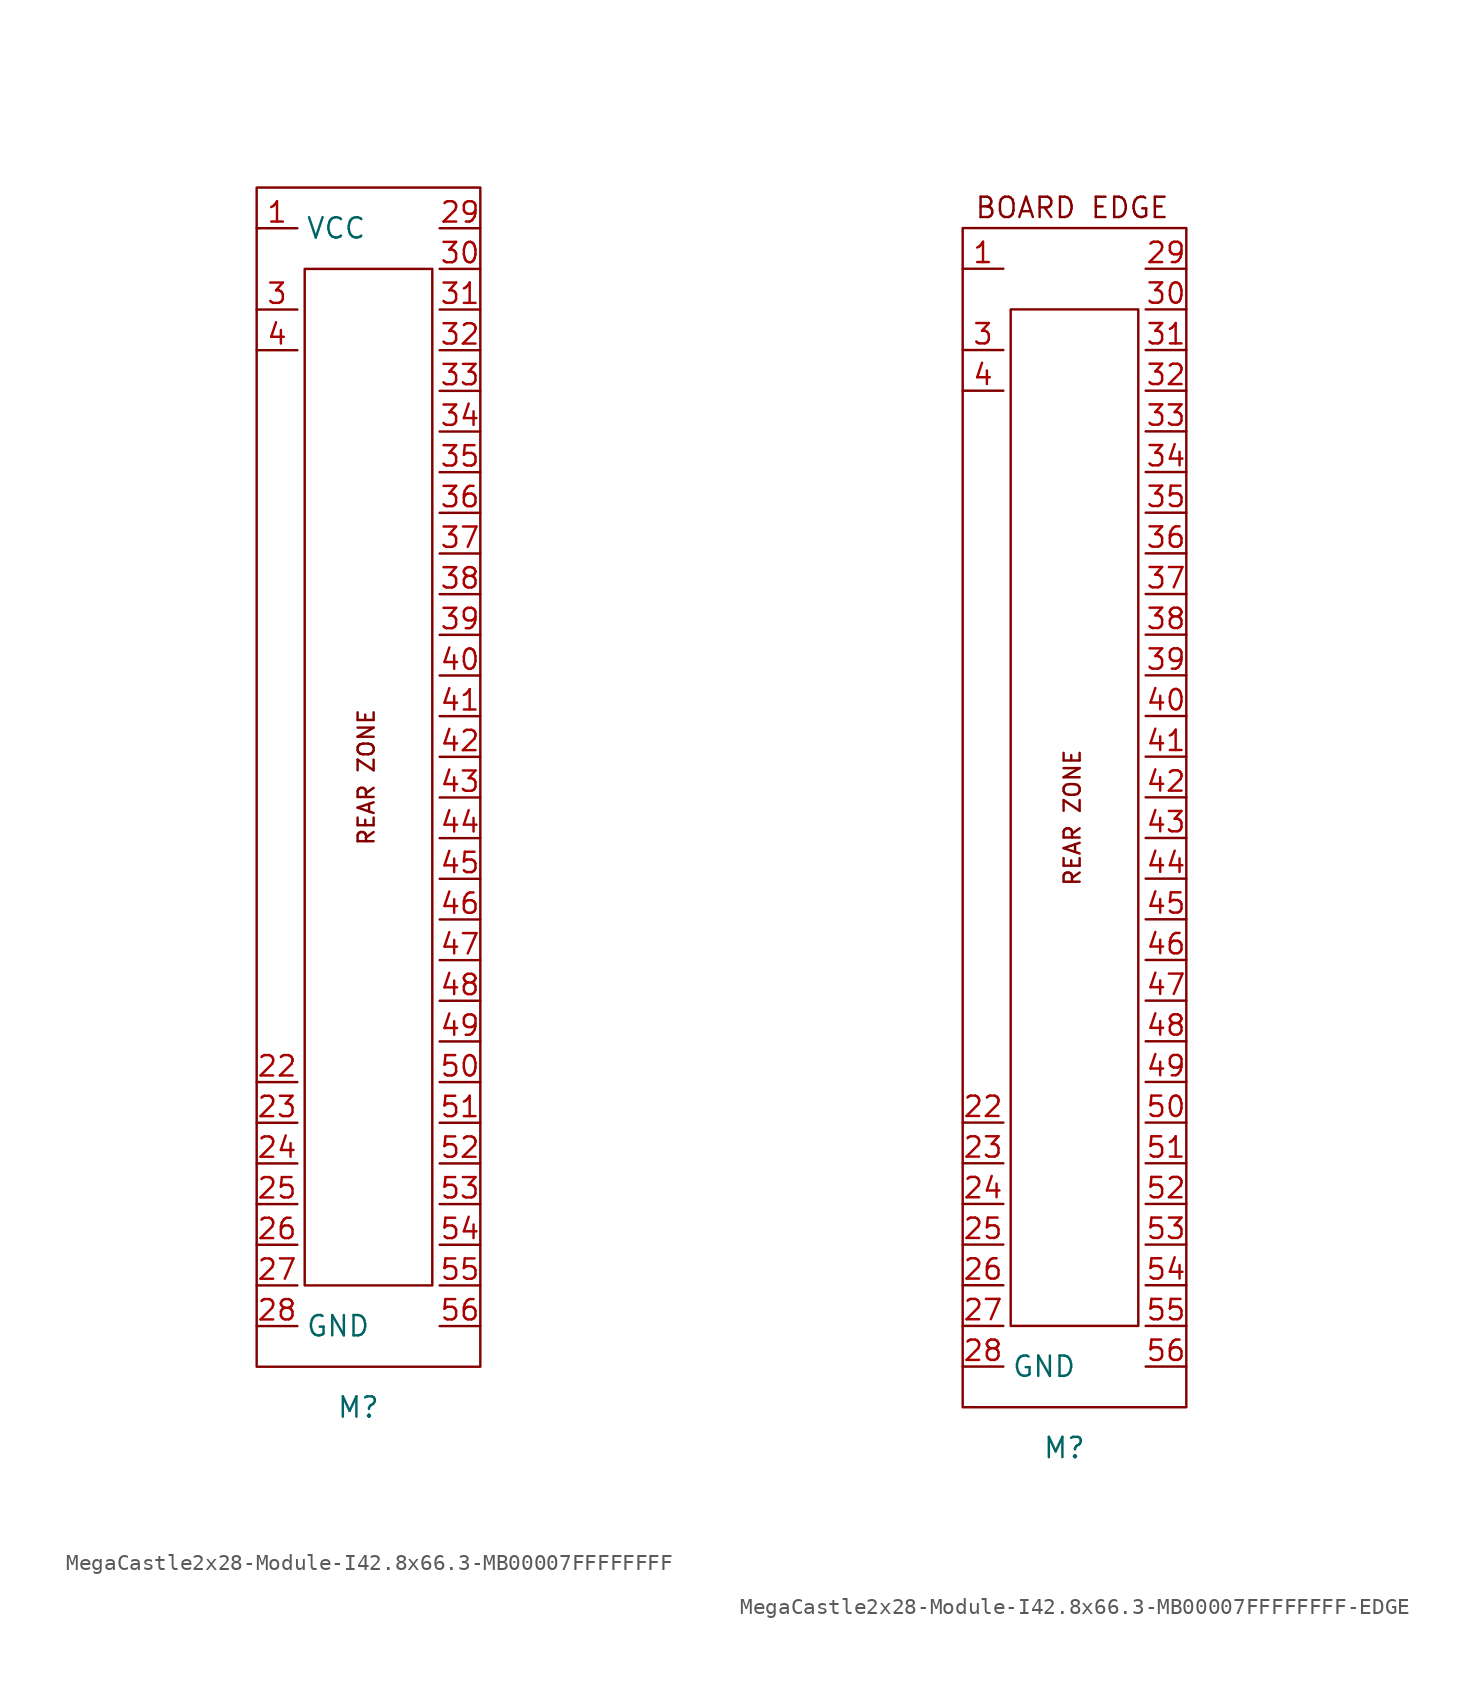
<source format=kicad_sym>
(kicad_symbol_lib
  (version 20241209)
  (generator "kicad_symbol_editor")
  (generator_version "9.0")
  (symbol "MegaCastle2x28-Module-I42.8x66.3-MB00007FFFFFFFF"
    (property "Reference" "M"
      (at 0 -39.37 0)
      (effects (font (size 1.27 1.27))))
    (property "Value" ""
      (at 0 5.08 0)
      (effects (font (size 1.27 1.27))))
    (symbol "MegaCastle2x28-Module-I42.8x66.3-MB00007FFFFFFFF_0_1"
      (rectangle (start -6.35 36.83) (end 7.62 -36.83) (stroke (width 0) (type default)) (fill (type none)))
      (rectangle (start -3.35 31.75) (end 4.62 -31.75) (stroke (width 0) (type default)) (fill (type none))))
    (symbol "MegaCastle2x28-Module-I42.8x66.3-MB00007FFFFFFFF_1_1"
      (text "REAR ZONE" (at 0.5 0 900) (effects (font (size 1 1))))
      (pin bidirectional line (at -6.35 34.29 0) (length 2.54) (name "VCC" (effects (font (size 1.27 1.27)))) (number "1" (effects (font (size 1.27 1.27)))))
      (pin bidirectional line (at -6.35 29.21 0) (length 2.54) (name "" (effects (font (size 1.27 1.27)))) (number "3" (effects (font (size 1.27 1.27)))))
      (pin bidirectional line (at -6.35 26.67 0) (length 2.54) (name "" (effects (font (size 1.27 1.27)))) (number "4" (effects (font (size 1.27 1.27)))))
      (pin bidirectional line (at -6.35 -19.05 0) (length 2.54) (name "" (effects (font (size 1.27 1.27)))) (number "22" (effects (font (size 1.27 1.27)))))
      (pin bidirectional line (at -6.35 -21.59 0) (length 2.54) (name "" (effects (font (size 1.27 1.27)))) (number "23" (effects (font (size 1.27 1.27)))))
      (pin bidirectional line (at -6.35 -24.13 0) (length 2.54) (name "" (effects (font (size 1.27 1.27)))) (number "24" (effects (font (size 1.27 1.27)))))
      (pin bidirectional line (at -6.35 -26.67 0) (length 2.54) (name "" (effects (font (size 1.27 1.27)))) (number "25" (effects (font (size 1.27 1.27)))))
      (pin bidirectional line (at -6.35 -29.21 0) (length 2.54) (name "" (effects (font (size 1.27 1.27)))) (number "26" (effects (font (size 1.27 1.27)))))
      (pin bidirectional line (at -6.35 -31.75 0) (length 2.54) (name "" (effects (font (size 1.27 1.27)))) (number "27" (effects (font (size 1.27 1.27)))))
      (pin bidirectional line (at -6.35 -34.29 0) (length 2.54) (name "GND" (effects (font (size 1.27 1.27)))) (number "28" (effects (font (size 1.27 1.27)))))
      (pin bidirectional line (at 7.62 34.29 180) (length 2.54) (name "" (effects (font (size 1.27 1.27)))) (number "29" (effects (font (size 1.27 1.27)))))
      (pin bidirectional line (at 7.62 31.75 180) (length 2.54) (name "" (effects (font (size 1.27 1.27)))) (number "30" (effects (font (size 1.27 1.27)))))
      (pin bidirectional line (at 7.62 29.21 180) (length 2.54) (name "" (effects (font (size 1.27 1.27)))) (number "31" (effects (font (size 1.27 1.27)))))
      (pin bidirectional line (at 7.62 26.67 180) (length 2.54) (name "" (effects (font (size 1.27 1.27)))) (number "32" (effects (font (size 1.27 1.27)))))
      (pin bidirectional line (at 7.62 24.13 180) (length 2.54) (name "" (effects (font (size 1.27 1.27)))) (number "33" (effects (font (size 1.27 1.27)))))
      (pin bidirectional line (at 7.62 21.59 180) (length 2.54) (name "" (effects (font (size 1.27 1.27)))) (number "34" (effects (font (size 1.27 1.27)))))
      (pin bidirectional line (at 7.62 19.05 180) (length 2.54) (name "" (effects (font (size 1.27 1.27)))) (number "35" (effects (font (size 1.27 1.27)))))
      (pin bidirectional line (at 7.62 16.51 180) (length 2.54) (name "" (effects (font (size 1.27 1.27)))) (number "36" (effects (font (size 1.27 1.27)))))
      (pin bidirectional line (at 7.62 13.97 180) (length 2.54) (name "" (effects (font (size 1.27 1.27)))) (number "37" (effects (font (size 1.27 1.27)))))
      (pin bidirectional line (at 7.62 11.43 180) (length 2.54) (name "" (effects (font (size 1.27 1.27)))) (number "38" (effects (font (size 1.27 1.27)))))
      (pin bidirectional line (at 7.62 8.89 180) (length 2.54) (name "" (effects (font (size 1.27 1.27)))) (number "39" (effects (font (size 1.27 1.27)))))
      (pin bidirectional line (at 7.62 6.35 180) (length 2.54) (name "" (effects (font (size 1.27 1.27)))) (number "40" (effects (font (size 1.27 1.27)))))
      (pin bidirectional line (at 7.62 3.81 180) (length 2.54) (name "" (effects (font (size 1.27 1.27)))) (number "41" (effects (font (size 1.27 1.27)))))
      (pin bidirectional line (at 7.62 1.27 180) (length 2.54) (name "" (effects (font (size 1.27 1.27)))) (number "42" (effects (font (size 1.27 1.27)))))
      (pin bidirectional line (at 7.62 -1.27 180) (length 2.54) (name "" (effects (font (size 1.27 1.27)))) (number "43" (effects (font (size 1.27 1.27)))))
      (pin bidirectional line (at 7.62 -3.81 180) (length 2.54) (name "" (effects (font (size 1.27 1.27)))) (number "44" (effects (font (size 1.27 1.27)))))
      (pin bidirectional line (at 7.62 -6.35 180) (length 2.54) (name "" (effects (font (size 1.27 1.27)))) (number "45" (effects (font (size 1.27 1.27)))))
      (pin bidirectional line (at 7.62 -8.89 180) (length 2.54) (name "" (effects (font (size 1.27 1.27)))) (number "46" (effects (font (size 1.27 1.27)))))
      (pin bidirectional line (at 7.62 -11.43 180) (length 2.54) (name "" (effects (font (size 1.27 1.27)))) (number "47" (effects (font (size 1.27 1.27)))))
      (pin bidirectional line (at 7.62 -13.97 180) (length 2.54) (name "" (effects (font (size 1.27 1.27)))) (number "48" (effects (font (size 1.27 1.27)))))
      (pin bidirectional line (at 7.62 -16.51 180) (length 2.54) (name "" (effects (font (size 1.27 1.27)))) (number "49" (effects (font (size 1.27 1.27)))))
      (pin bidirectional line (at 7.62 -19.05 180) (length 2.54) (name "" (effects (font (size 1.27 1.27)))) (number "50" (effects (font (size 1.27 1.27)))))
      (pin bidirectional line (at 7.62 -21.59 180) (length 2.54) (name "" (effects (font (size 1.27 1.27)))) (number "51" (effects (font (size 1.27 1.27)))))
      (pin bidirectional line (at 7.62 -24.13 180) (length 2.54) (name "" (effects (font (size 1.27 1.27)))) (number "52" (effects (font (size 1.27 1.27)))))
      (pin bidirectional line (at 7.62 -26.67 180) (length 2.54) (name "" (effects (font (size 1.27 1.27)))) (number "53" (effects (font (size 1.27 1.27)))))
      (pin bidirectional line (at 7.62 -29.21 180) (length 2.54) (name "" (effects (font (size 1.27 1.27)))) (number "54" (effects (font (size 1.27 1.27)))))
      (pin bidirectional line (at 7.62 -31.75 180) (length 2.54) (name "" (effects (font (size 1.27 1.27)))) (number "55" (effects (font (size 1.27 1.27)))))
      (pin bidirectional line (at 7.62 -34.29 180) (length 2.54) (name "" (effects (font (size 1.27 1.27)))) (number "56" (effects (font (size 1.27 1.27)))))))
  (symbol "MegaCastle2x28-Module-I42.8x66.3-MB00007FFFFFFFF-EDGE"
    (property "Reference" "M"
      (at 0 -39.37 0)
      (effects (font (size 1.27 1.27))))
    (property "Value" ""
      (at 0 5.08 0)
      (effects (font (size 1.27 1.27))))
    (symbol "MegaCastle2x28-Module-I42.8x66.3-MB00007FFFFFFFF-EDGE_0_1"
      (rectangle (start -6.35 36.83) (end 7.62 -36.83) (stroke (width 0) (type default)) (fill (type none)))
      (rectangle (start -3.35 31.75) (end 4.62 -31.75) (stroke (width 0) (type default)) (fill (type none))))
    (symbol "MegaCastle2x28-Module-I42.8x66.3-MB00007FFFFFFFF-EDGE_1_1"
      (text " BOARD EDGE" (at 0 38.1 0) (effects (font (size 1.27 1.27))))
      (text "REAR ZONE" (at 0.5 0 900) (effects (font (size 1 1))))
      (pin bidirectional line (at -6.35 34.29 0) (length 2.54) (name "" (effects (font (size 1.27 1.27)))) (number "1" (effects (font (size 1.27 1.27)))))
      (pin bidirectional line (at -6.35 29.21 0) (length 2.54) (name "" (effects (font (size 1.27 1.27)))) (number "3" (effects (font (size 1.27 1.27)))))
      (pin bidirectional line (at -6.35 26.67 0) (length 2.54) (name "" (effects (font (size 1.27 1.27)))) (number "4" (effects (font (size 1.27 1.27)))))
      (pin bidirectional line (at -6.35 -19.05 0) (length 2.54) (name "" (effects (font (size 1.27 1.27)))) (number "22" (effects (font (size 1.27 1.27)))))
      (pin bidirectional line (at -6.35 -21.59 0) (length 2.54) (name "" (effects (font (size 1.27 1.27)))) (number "23" (effects (font (size 1.27 1.27)))))
      (pin bidirectional line (at -6.35 -24.13 0) (length 2.54) (name "" (effects (font (size 1.27 1.27)))) (number "24" (effects (font (size 1.27 1.27)))))
      (pin bidirectional line (at -6.35 -26.67 0) (length 2.54) (name "" (effects (font (size 1.27 1.27)))) (number "25" (effects (font (size 1.27 1.27)))))
      (pin bidirectional line (at -6.35 -29.21 0) (length 2.54) (name "" (effects (font (size 1.27 1.27)))) (number "26" (effects (font (size 1.27 1.27)))))
      (pin bidirectional line (at -6.35 -31.75 0) (length 2.54) (name "" (effects (font (size 1.27 1.27)))) (number "27" (effects (font (size 1.27 1.27)))))
      (pin bidirectional line (at -6.35 -34.29 0) (length 2.54) (name "GND" (effects (font (size 1.27 1.27)))) (number "28" (effects (font (size 1.27 1.27)))))
      (pin bidirectional line (at 7.62 34.29 180) (length 2.54) (name "" (effects (font (size 1.27 1.27)))) (number "29" (effects (font (size 1.27 1.27)))))
      (pin bidirectional line (at 7.62 31.75 180) (length 2.54) (name "" (effects (font (size 1.27 1.27)))) (number "30" (effects (font (size 1.27 1.27)))))
      (pin bidirectional line (at 7.62 29.21 180) (length 2.54) (name "" (effects (font (size 1.27 1.27)))) (number "31" (effects (font (size 1.27 1.27)))))
      (pin bidirectional line (at 7.62 26.67 180) (length 2.54) (name "" (effects (font (size 1.27 1.27)))) (number "32" (effects (font (size 1.27 1.27)))))
      (pin bidirectional line (at 7.62 24.13 180) (length 2.54) (name "" (effects (font (size 1.27 1.27)))) (number "33" (effects (font (size 1.27 1.27)))))
      (pin bidirectional line (at 7.62 21.59 180) (length 2.54) (name "" (effects (font (size 1.27 1.27)))) (number "34" (effects (font (size 1.27 1.27)))))
      (pin bidirectional line (at 7.62 19.05 180) (length 2.54) (name "" (effects (font (size 1.27 1.27)))) (number "35" (effects (font (size 1.27 1.27)))))
      (pin bidirectional line (at 7.62 16.51 180) (length 2.54) (name "" (effects (font (size 1.27 1.27)))) (number "36" (effects (font (size 1.27 1.27)))))
      (pin bidirectional line (at 7.62 13.97 180) (length 2.54) (name "" (effects (font (size 1.27 1.27)))) (number "37" (effects (font (size 1.27 1.27)))))
      (pin bidirectional line (at 7.62 11.43 180) (length 2.54) (name "" (effects (font (size 1.27 1.27)))) (number "38" (effects (font (size 1.27 1.27)))))
      (pin bidirectional line (at 7.62 8.89 180) (length 2.54) (name "" (effects (font (size 1.27 1.27)))) (number "39" (effects (font (size 1.27 1.27)))))
      (pin bidirectional line (at 7.62 6.35 180) (length 2.54) (name "" (effects (font (size 1.27 1.27)))) (number "40" (effects (font (size 1.27 1.27)))))
      (pin bidirectional line (at 7.62 3.81 180) (length 2.54) (name "" (effects (font (size 1.27 1.27)))) (number "41" (effects (font (size 1.27 1.27)))))
      (pin bidirectional line (at 7.62 1.27 180) (length 2.54) (name "" (effects (font (size 1.27 1.27)))) (number "42" (effects (font (size 1.27 1.27)))))
      (pin bidirectional line (at 7.62 -1.27 180) (length 2.54) (name "" (effects (font (size 1.27 1.27)))) (number "43" (effects (font (size 1.27 1.27)))))
      (pin bidirectional line (at 7.62 -3.81 180) (length 2.54) (name "" (effects (font (size 1.27 1.27)))) (number "44" (effects (font (size 1.27 1.27)))))
      (pin bidirectional line (at 7.62 -6.35 180) (length 2.54) (name "" (effects (font (size 1.27 1.27)))) (number "45" (effects (font (size 1.27 1.27)))))
      (pin bidirectional line (at 7.62 -8.89 180) (length 2.54) (name "" (effects (font (size 1.27 1.27)))) (number "46" (effects (font (size 1.27 1.27)))))
      (pin bidirectional line (at 7.62 -11.43 180) (length 2.54) (name "" (effects (font (size 1.27 1.27)))) (number "47" (effects (font (size 1.27 1.27)))))
      (pin bidirectional line (at 7.62 -13.97 180) (length 2.54) (name "" (effects (font (size 1.27 1.27)))) (number "48" (effects (font (size 1.27 1.27)))))
      (pin bidirectional line (at 7.62 -16.51 180) (length 2.54) (name "" (effects (font (size 1.27 1.27)))) (number "49" (effects (font (size 1.27 1.27)))))
      (pin bidirectional line (at 7.62 -19.05 180) (length 2.54) (name "" (effects (font (size 1.27 1.27)))) (number "50" (effects (font (size 1.27 1.27)))))
      (pin bidirectional line (at 7.62 -21.59 180) (length 2.54) (name "" (effects (font (size 1.27 1.27)))) (number "51" (effects (font (size 1.27 1.27)))))
      (pin bidirectional line (at 7.62 -24.13 180) (length 2.54) (name "" (effects (font (size 1.27 1.27)))) (number "52" (effects (font (size 1.27 1.27)))))
      (pin bidirectional line (at 7.62 -26.67 180) (length 2.54) (name "" (effects (font (size 1.27 1.27)))) (number "53" (effects (font (size 1.27 1.27)))))
      (pin bidirectional line (at 7.62 -29.21 180) (length 2.54) (name "" (effects (font (size 1.27 1.27)))) (number "54" (effects (font (size 1.27 1.27)))))
      (pin bidirectional line (at 7.62 -31.75 180) (length 2.54) (name "" (effects (font (size 1.27 1.27)))) (number "55" (effects (font (size 1.27 1.27)))))
      (pin bidirectional line (at 7.62 -34.29 180) (length 2.54) (name "" (effects (font (size 1.27 1.27)))) (number "56" (effects (font (size 1.27 1.27))))))))
</source>
